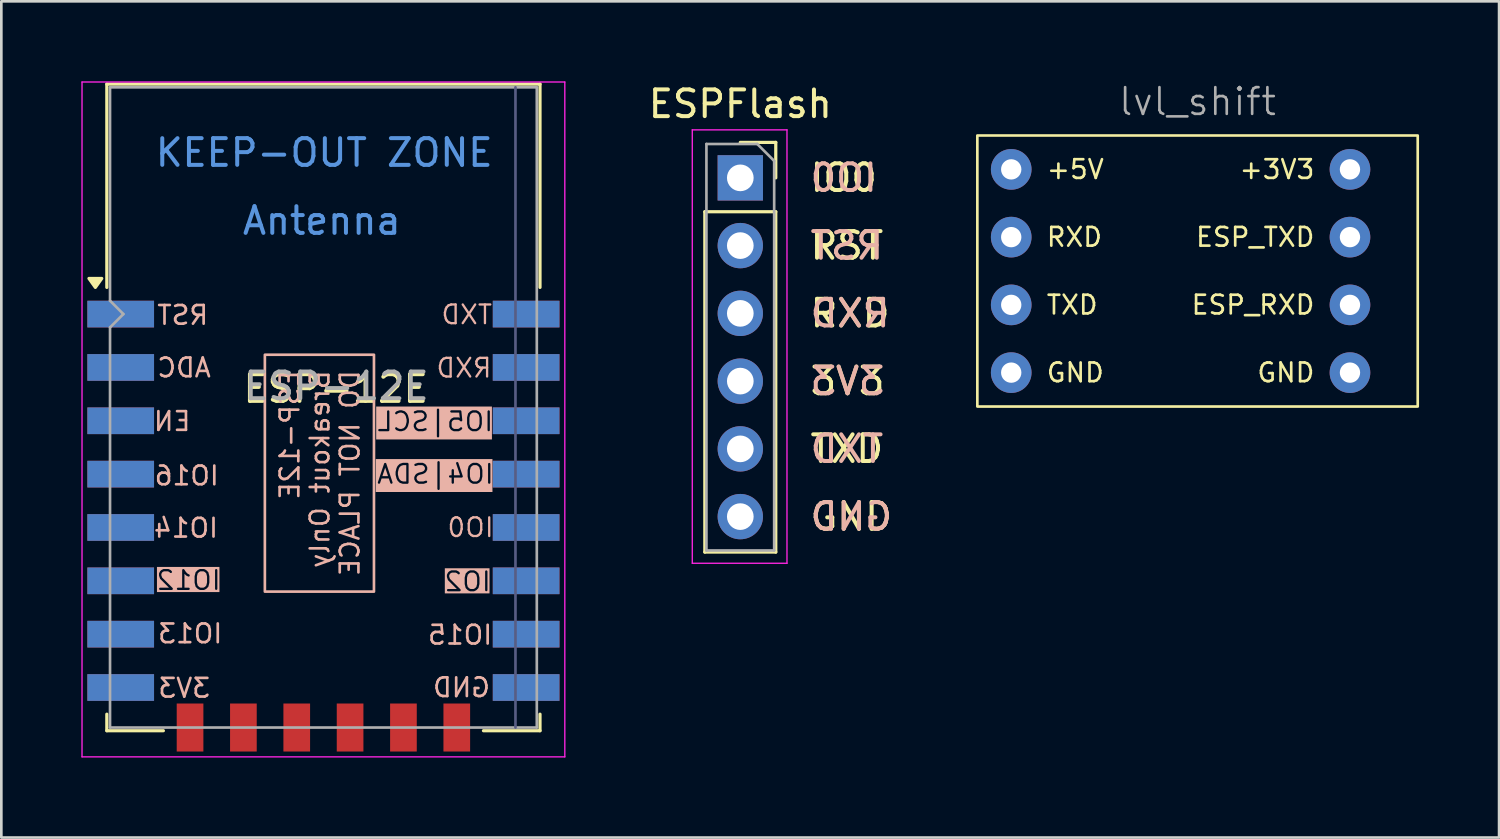
<source format=kicad_pcb>
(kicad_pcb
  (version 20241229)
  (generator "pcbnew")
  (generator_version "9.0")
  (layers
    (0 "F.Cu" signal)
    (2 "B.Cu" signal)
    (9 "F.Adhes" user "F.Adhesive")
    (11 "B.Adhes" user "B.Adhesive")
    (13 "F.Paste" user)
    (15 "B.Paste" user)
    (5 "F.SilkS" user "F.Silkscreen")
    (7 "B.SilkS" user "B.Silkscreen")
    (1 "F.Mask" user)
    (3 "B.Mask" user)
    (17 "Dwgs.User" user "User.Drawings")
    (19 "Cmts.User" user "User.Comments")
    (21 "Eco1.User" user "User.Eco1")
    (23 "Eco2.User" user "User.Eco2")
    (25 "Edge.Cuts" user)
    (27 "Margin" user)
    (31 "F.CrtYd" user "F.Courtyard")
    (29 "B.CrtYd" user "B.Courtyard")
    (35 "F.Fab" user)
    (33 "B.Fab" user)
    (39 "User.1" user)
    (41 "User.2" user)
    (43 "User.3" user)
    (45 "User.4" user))
  (footprint "ESPFlash"
    (layer "F.Cu")
    (at 24.704 3.618)
    (property "Reference" "ESPFlash" (at 0 -2.77 0) (layer "F.SilkS") (effects (font (size 1 1) (thickness 0.15))))
    (property "Field5" "IO0" (at 2.54 0 0) (layer "F.SilkS") (effects (font (size 1 1) (thickness 0.15)) (justify left)))
    (property "Field6" "IO0" (at 2.54 0 180) (layer "B.SilkS") (effects (font (size 1 1) (thickness 0.15)) (justify right mirror)))
    (property "Field7" "RST" (at 2.54 2.54 0) (layer "F.SilkS") (effects (font (size 1 1) (thickness 0.15)) (justify left)))
    (property "Field8" "RST" (at 2.54 2.54 0) (layer "B.SilkS") (effects (font (size 1 1) (thickness 0.15)) (justify right mirror)))
    (property "Field9" "RXD" (at 2.54 5.08 0) (layer "F.SilkS") (effects (font (size 1 1) (thickness 0.15)) (justify left)))
    (property "Field10" "RXD" (at 2.54 5.08 0) (layer "B.SilkS") (effects (font (size 1 1) (thickness 0.15)) (justify right mirror)))
    (property "Field11" "TXD" (at 2.54 10.16 0) (layer "F.SilkS") (effects (font (size 1 1) (thickness 0.15)) (justify left)))
    (property "Field12" "TXD" (at 2.54 10.16 0) (layer "B.SilkS") (effects (font (size 1 1) (thickness 0.15)) (justify right mirror)))
    (property "Field13" "GND" (at 2.54 12.7 0) (layer "F.SilkS") (effects (font (size 1 1) (thickness 0.15)) (justify left)))
    (property "Field14" "GND" (at 2.54 12.7 0) (layer "B.SilkS") (effects (font (size 1 1) (thickness 0.15)) (justify right mirror)))
    (property "Field15" "3V3" (at 2.54 7.62 0) (layer "F.SilkS") (effects (font (size 1 1) (thickness 0.15)) (justify left)))
    (property "Field16" "3V3" (at 2.54 7.62 0) (layer "B.SilkS") (effects (font (size 1 1) (thickness 0.15)) (justify right mirror)))
    (attr through_hole)
    (fp_line (start -1.33 1.27) (end -1.33 14.03) (stroke (width 0.12) (type solid)) (layer "F.SilkS"))
    (fp_line (start -1.33 1.27) (end 1.33 1.27) (stroke (width 0.12) (type solid)) (layer "F.SilkS"))
    (fp_line (start -1.33 14.03) (end 1.33 14.03) (stroke (width 0.12) (type solid)) (layer "F.SilkS"))
    (fp_line (start 0 -1.33) (end 1.33 -1.33) (stroke (width 0.12) (type solid)) (layer "F.SilkS"))
    (fp_line (start 1.33 -1.33) (end 1.33 0) (stroke (width 0.12) (type solid)) (layer "F.SilkS"))
    (fp_line (start 1.33 1.27) (end 1.33 14.03) (stroke (width 0.12) (type solid)) (layer "F.SilkS"))
    (fp_line (start -1.8 -1.8) (end 1.75 -1.8) (stroke (width 0.05) (type solid)) (layer "F.CrtYd"))
    (fp_line (start -1.8 14.45) (end -1.8 -1.8) (stroke (width 0.05) (type solid)) (layer "F.CrtYd"))
    (fp_line (start 1.75 -1.8) (end 1.75 14.45) (stroke (width 0.05) (type solid)) (layer "F.CrtYd"))
    (fp_line (start 1.75 14.45) (end -1.8 14.45) (stroke (width 0.05) (type solid)) (layer "F.CrtYd"))
    (fp_line (start -1.27 -1.27) (end 0.635 -1.27) (stroke (width 0.1) (type solid)) (layer "F.Fab"))
    (fp_line (start -1.27 13.97) (end -1.27 -1.27) (stroke (width 0.1) (type solid)) (layer "F.Fab"))
    (fp_line (start 0.635 -1.27) (end 1.27 -0.635) (stroke (width 0.1) (type solid)) (layer "F.Fab"))
    (fp_line (start 1.27 -0.635) (end 1.27 13.97) (stroke (width 0.1) (type solid)) (layer "F.Fab"))
    (fp_line (start 1.27 13.97) (end -1.27 13.97) (stroke (width 0.1) (type solid)) (layer "F.Fab"))
    (pad "1" thru_hole rect (at 0 0) (size 1.7 1.7) (drill 1) (layers "*.Cu" "*.Mask"))
    (pad "2" thru_hole oval (at 0 2.54) (size 1.7 1.7) (drill 1) (layers "*.Cu" "*.Mask"))
    (pad "3" thru_hole oval (at 0 5.08) (size 1.7 1.7) (drill 1) (layers "*.Cu" "*.Mask"))
    (pad "4" thru_hole oval (at 0 7.62) (size 1.7 1.7) (drill 1) (layers "*.Cu" "*.Mask"))
    (pad "5" thru_hole oval (at 0 10.16) (size 1.7 1.7) (drill 1) (layers "*.Cu" "*.Mask"))
    (pad "6" thru_hole oval (at 0 12.7) (size 1.7 1.7) (drill 1) (layers "*.Cu" "*.Mask")))
  (footprint "ESP-12E"
    (layer "F.Cu")
    (at 9.075 12.225)
    (property "Reference" "ESP-12E" (at 0.46 -0.7 0) (layer "F.SilkS") (effects (font (size 1 1) (thickness 0.15))))
    (attr smd)
    (fp_line (start -8.12 -12.12) (end 8.12 -12.12) (stroke (width 0.12) (type solid)) (layer "F.SilkS"))
    (fp_line (start -8.12 -4.5) (end -8.12 -12.12) (stroke (width 0.12) (type solid)) (layer "F.SilkS"))
    (fp_line (start -8.12 12.12) (end -8.12 11.5) (stroke (width 0.12) (type solid)) (layer "F.SilkS"))
    (fp_line (start -6 12.12) (end -8.12 12.12) (stroke (width 0.12) (type solid)) (layer "F.SilkS"))
    (fp_line (start 8.12 -12.12) (end 8.12 -4.5) (stroke (width 0.12) (type solid)) (layer "F.SilkS"))
    (fp_line (start 8.12 11.5) (end 8.12 12.12) (stroke (width 0.12) (type solid)) (layer "F.SilkS"))
    (fp_line (start 8.12 12.12) (end 6 12.12) (stroke (width 0.12) (type solid)) (layer "F.SilkS"))
    (fp_poly (pts (xy -8.55 -4.5) (xy -8.79 -4.836) (xy -8.31 -4.836) (xy -8.55 -4.5)) (stroke (width 0.12) (type solid)) (fill yes) (layer "F.SilkS"))
    (fp_line (start -9.05 -12.2) (end 9.05 -12.2) (stroke (width 0.05) (type solid)) (layer "F.CrtYd"))
    (fp_line (start -9.05 13.1) (end -9.05 -12.2) (stroke (width 0.05) (type solid)) (layer "F.CrtYd"))
    (fp_line (start 9.05 -12.2) (end 9.05 13.1) (stroke (width 0.05) (type solid)) (layer "F.CrtYd"))
    (fp_line (start 9.05 13.1) (end -9.05 13.1) (stroke (width 0.05) (type solid)) (layer "F.CrtYd"))
    (fp_line (start 7.2 -12) (end 7.2 12) (stroke (width 0.1) (type solid)) (layer "B.Fab"))
    (fp_line (start -8 -12) (end 8 -12) (stroke (width 0.1) (type solid)) (layer "F.Fab"))
    (fp_line (start -8 -4) (end -8 -12) (stroke (width 0.1) (type solid)) (layer "F.Fab"))
    (fp_line (start -8 -3) (end -7.5 -3.5) (stroke (width 0.1) (type solid)) (layer "F.Fab"))
    (fp_line (start -8 12) (end -8 -3) (stroke (width 0.1) (type solid)) (layer "F.Fab"))
    (fp_line (start -7.5 -3.5) (end -8 -4) (stroke (width 0.1) (type solid)) (layer "F.Fab"))
    (fp_line (start 8 -12) (end 8 12) (stroke (width 0.1) (type solid)) (layer "F.Fab"))
    (fp_line (start 8 12) (end -8 12) (stroke (width 0.1) (type solid)) (layer "F.Fab"))
    (fp_text user "ADC" (at -6.29 -1.08 0) (unlocked yes) (layer "B.SilkS") (effects (font (size 0.7 0.7) (thickness 0.1)) (justify right bottom mirror)))
    (fp_text user "IO14" (at -6.42 4.93 0) (unlocked yes) (layer "B.SilkS") (effects (font (size 0.7 0.7) (thickness 0.1)) (justify right bottom mirror)))
    (fp_text user "IO0" (at 6.44 4.91 0) (unlocked yes) (layer "B.SilkS") (effects (font (size 0.7 0.7) (thickness 0.087)) (justify left bottom mirror)))
    (fp_text user "IO5|SCL" (at 6.42 0.94 0) (unlocked yes) (layer "B.SilkS" knockout) (effects (font (size 0.7 0.7) (thickness 0.087)) (justify left bottom mirror)))
    (fp_text user "IO16" (at -6.39 2.97 0) (unlocked yes) (layer "B.SilkS") (effects (font (size 0.7 0.7) (thickness 0.1)) (justify right bottom mirror)))
    (fp_text user "RXD" (at 6.36 -1.07 0) (unlocked yes) (layer "B.SilkS") (effects (font (size 0.7 0.7) (thickness 0.087)) (justify left bottom mirror)))
    (fp_text user "RST" (at -6.29 -3.05 0) (unlocked yes) (layer "B.SilkS") (effects (font (size 0.7 0.7) (thickness 0.1)) (justify right bottom mirror)))
    (fp_text user "3V3" (at -6.25 10.93 0) (unlocked yes) (layer "B.SilkS") (effects (font (size 0.7 0.7) (thickness 0.1)) (justify right bottom mirror)))
    (fp_text user "GND" (at 6.31 10.91 0) (unlocked yes) (layer "B.SilkS") (effects (font (size 0.7 0.7) (thickness 0.1)) (justify left bottom mirror)))
    (fp_text user "IO15" (at 6.39 8.94 0) (unlocked yes) (layer "B.SilkS") (effects (font (size 0.7 0.7) (thickness 0.1)) (justify left bottom mirror)))
    (fp_text user "EN" (at -6.42 0.93 0) (unlocked yes) (layer "B.SilkS") (effects (font (size 0.7 0.7) (thickness 0.1)) (justify right bottom mirror)))
    (fp_text user "IO4|SDA" (at 6.44 2.91 0) (unlocked yes) (layer "B.SilkS" knockout) (effects (font (size 0.7 0.7) (thickness 0.087)) (justify left bottom mirror)))
    (fp_text user "TXD" (at 6.38 -3.07 0) (unlocked yes) (layer "B.SilkS") (effects (font (size 0.7 0.7) (thickness 0.087)) (justify left bottom mirror)))
    (fp_text user "IO12" (at -6.31 6.89 0) (unlocked yes) (layer "B.SilkS" knockout) (effects (font (size 0.7 0.7) (thickness 0.087)) (justify right bottom mirror)))
    (fp_text user "IO13" (at -6.26 8.89 0) (unlocked yes) (layer "B.SilkS") (effects (font (size 0.7 0.7) (thickness 0.1)) (justify right bottom mirror)))
    (fp_text user "IO2" (at 6.33 6.94 0) (unlocked yes) (layer "B.SilkS" knockout) (effects (font (size 0.7 0.7) (thickness 0.087)) (justify left bottom mirror)))
    (fp_text user "Antenna" (at -0.06 -7 180) (layer "Cmts.User") (effects (font (size 1 1) (thickness 0.15))))
    (fp_text user "KEEP-OUT ZONE" (at 0.03 -9.55 180) (layer "Cmts.User") (effects (font (size 1 1) (thickness 0.15))))
    (fp_text user "${REFERENCE}" (at 0.49 -0.8 0) (layer "F.Fab") (effects (font (size 1 1) (thickness 0.15))))
    (fp_text_box "ESP-12E\nBreakout Only\nDO NOT PLACE" (start -2.195 -1.975) (end 1.895 6.905) (margins 0.575 0.575 0.575 0.575) (angle 90) (layer "B.SilkS") (effects (font (size 0.7 0.7) (thickness 0.1)) (justify left top mirror)) (border yes) (stroke (width 0.1) (type solid)))
    (pad "1" smd rect (at -7.6 -3.5) (size 2.5 1) (layers "F.Cu" "F.Mask" "F.Paste"))
    (pad "1" smd rect (at -7.6 -3.5) (size 2.5 1) (layers "B.Cu" "B.Mask" "B.Paste"))
    (pad "2" smd rect (at -7.6 -1.5) (size 2.5 1) (layers "F.Cu" "F.Mask" "F.Paste"))
    (pad "2" smd rect (at -7.6 -1.5) (size 2.5 1) (layers "B.Cu" "B.Mask" "B.Paste"))
    (pad "3" smd rect (at -7.6 0.5) (size 2.5 1) (layers "F.Cu" "F.Mask" "F.Paste"))
    (pad "3" smd rect (at -7.6 0.5) (size 2.5 1) (layers "B.Cu" "B.Mask" "B.Paste"))
    (pad "4" smd rect (at -7.6 2.5) (size 2.5 1) (layers "F.Cu" "F.Mask" "F.Paste"))
    (pad "4" smd rect (at -7.6 2.5) (size 2.5 1) (layers "B.Cu" "B.Mask" "B.Paste"))
    (pad "5" smd rect (at -7.6 4.5) (size 2.5 1) (layers "F.Cu" "F.Mask" "F.Paste"))
    (pad "5" smd rect (at -7.6 4.5) (size 2.5 1) (layers "B.Cu" "B.Mask" "B.Paste"))
    (pad "6" smd rect (at -7.6 6.5) (size 2.5 1) (layers "F.Cu" "F.Mask" "F.Paste"))
    (pad "6" smd rect (at -7.6 6.5) (size 2.5 1) (layers "B.Cu" "B.Mask" "B.Paste"))
    (pad "7" smd rect (at -7.6 8.5) (size 2.5 1) (layers "F.Cu" "F.Mask" "F.Paste"))
    (pad "7" smd rect (at -7.6 8.5) (size 2.5 1) (layers "B.Cu" "B.Mask" "B.Paste"))
    (pad "8" smd rect (at -7.6 10.5) (size 2.5 1) (layers "F.Cu" "F.Mask" "F.Paste"))
    (pad "8" smd rect (at -7.6 10.5) (size 2.5 1) (layers "B.Cu" "B.Mask" "B.Paste"))
    (pad "9" smd rect (at -5 12) (size 1 1.8) (layers "F.Cu" "F.Mask" "F.Paste"))
    (pad "10" smd rect (at -3 12) (size 1 1.8) (layers "F.Cu" "F.Mask" "F.Paste"))
    (pad "11" smd rect (at -1 12) (size 1 1.8) (layers "F.Cu" "F.Mask" "F.Paste"))
    (pad "12" smd rect (at 1 12) (size 1 1.8) (layers "F.Cu" "F.Mask" "F.Paste"))
    (pad "13" smd rect (at 3 12) (size 1 1.8) (layers "F.Cu" "F.Mask" "F.Paste"))
    (pad "14" smd rect (at 5 12) (size 1 1.8) (layers "F.Cu" "F.Mask" "F.Paste"))
    (pad "15" smd rect (at 7.6 10.5) (size 2.5 1) (layers "F.Cu" "F.Mask" "F.Paste"))
    (pad "15" smd rect (at 7.6 10.5) (size 2.5 1) (layers "B.Cu" "B.Mask" "B.Paste"))
    (pad "16" smd rect (at 7.6 8.5) (size 2.5 1) (layers "F.Cu" "F.Mask" "F.Paste"))
    (pad "16" smd rect (at 7.6 8.5) (size 2.5 1) (layers "B.Cu" "B.Mask" "B.Paste"))
    (pad "17" smd rect (at 7.6 6.5) (size 2.5 1) (layers "F.Cu" "F.Mask" "F.Paste"))
    (pad "17" smd rect (at 7.6 6.5) (size 2.5 1) (layers "B.Cu" "B.Mask" "B.Paste"))
    (pad "18" smd rect (at 7.6 4.5) (size 2.5 1) (layers "F.Cu" "F.Mask" "F.Paste"))
    (pad "18" smd rect (at 7.6 4.5) (size 2.5 1) (layers "B.Cu" "B.Mask" "B.Paste"))
    (pad "19" smd rect (at 7.6 2.5) (size 2.5 1) (layers "F.Cu" "F.Mask" "F.Paste"))
    (pad "19" smd rect (at 7.6 2.5) (size 2.5 1) (layers "B.Cu" "B.Mask" "B.Paste"))
    (pad "20" smd rect (at 7.6 0.5) (size 2.5 1) (layers "F.Cu" "F.Mask" "F.Paste"))
    (pad "20" smd rect (at 7.6 0.5) (size 2.5 1) (layers "B.Cu" "B.Mask" "B.Paste"))
    (pad "21" smd rect (at 7.6 -1.5) (size 2.5 1) (layers "F.Cu" "F.Mask" "F.Paste"))
    (pad "21" smd rect (at 7.6 -1.5) (size 2.5 1) (layers "B.Cu" "B.Mask" "B.Paste"))
    (pad "22" smd rect (at 7.6 -3.5) (size 2.5 1) (layers "F.Cu" "F.Mask" "F.Paste"))
    (pad "22" smd rect (at 7.6 -3.5) (size 2.5 1) (layers "B.Cu" "B.Mask" "B.Paste"))
    (zone (net_name "") (layers "F.Cu" "B.Cu") (hatch full 0.508) (connect_pads) (min_thickness 0.254) (filled_areas_thickness no) (keepout (tracks not_allowed) (vias not_allowed) (pads not_allowed) (copperpour not_allowed) (footprints not_allowed)) (placement (enabled no)) (fill) (polygon (pts (xy 0.955 7.425) (xy 17.195 7.425) (xy 17.195 0.105) (xy 0.955 0.105)))))
  (footprint "lvl_shift"
    (layer "F.Cu")
    (at 38.671 9.65)
    (property "Reference" "lvl_shift" (at 3.175 -8.89 0) (unlocked yes) (layer "F.Fab") (effects (font (size 1 1) (thickness 0.1))))
    (property "Field5" "+5V" (at -2.54 -6.35 0) (layer "F.SilkS") (effects (font (size 0.7 0.7) (thickness 0.1)) (justify left)))
    (property "Field6" "RXD" (at -2.54 -3.81 0) (layer "F.SilkS") (effects (font (size 0.7 0.7) (thickness 0.1)) (justify left)))
    (property "Field7" "TXD" (at -2.54 -1.27 0) (layer "F.SilkS") (effects (font (size 0.7 0.7) (thickness 0.1)) (justify left)))
    (property "Field8" "GND" (at -2.54 1.27 0) (layer "F.SilkS") (effects (font (size 0.7 0.7) (thickness 0.1)) (justify left)))
    (property "Field9" "+3V3" (at 7.62 -6.35 0) (layer "F.SilkS") (effects (font (size 0.7 0.7) (thickness 0.1)) (justify right)))
    (property "Field10" "ESP_TXD" (at 7.62 -3.81 0) (layer "F.SilkS") (effects (font (size 0.7 0.7) (thickness 0.1)) (justify right)))
    (property "Field11" "ESP_RXD" (at 7.62 -1.27 0) (layer "F.SilkS") (effects (font (size 0.7 0.7) (thickness 0.1)) (justify right)))
    (property "Field12" "GND" (at 7.62 1.27 0) (layer "F.SilkS") (effects (font (size 0.7 0.7) (thickness 0.1)) (justify right)))
    (attr through_hole)
    (fp_rect (start -5.08 -7.62) (end 11.43 2.54) (stroke (width 0.1) (type default)) (fill no) (layer "F.SilkS"))
    (pad "1" thru_hole circle (at -3.81 -6.35) (size 1.524 1.524) (drill 0.762) (layers "*.Cu" "*.Mask"))
    (pad "2" thru_hole circle (at 8.89 -6.35) (size 1.524 1.524) (drill 0.762) (layers "*.Cu" "*.Mask"))
    (pad "3" thru_hole circle (at -3.81 -3.81) (size 1.524 1.524) (drill 0.762) (layers "*.Cu" "*.Mask"))
    (pad "4" thru_hole circle (at 8.89 -3.81) (size 1.524 1.524) (drill 0.762) (layers "*.Cu" "*.Mask"))
    (pad "5" thru_hole circle (at -3.81 -1.27) (size 1.524 1.524) (drill 0.762) (layers "*.Cu" "*.Mask"))
    (pad "6" thru_hole circle (at 8.89 -1.27) (size 1.524 1.524) (drill 0.762) (layers "*.Cu" "*.Mask"))
    (pad "7" thru_hole circle (at -3.81 1.27) (size 1.524 1.524) (drill 0.762) (layers "*.Cu" "*.Mask"))
    (pad "8" thru_hole circle (at 8.89 1.27) (size 1.524 1.524) (drill 0.762) (layers "*.Cu" "*.Mask")))
  (gr_rect
    (start -3 -3)
    (end 53.151 28.35)
    (stroke (width 0.1) (type default))
    (fill no)
    (layer "Edge.Cuts")))
</source>
